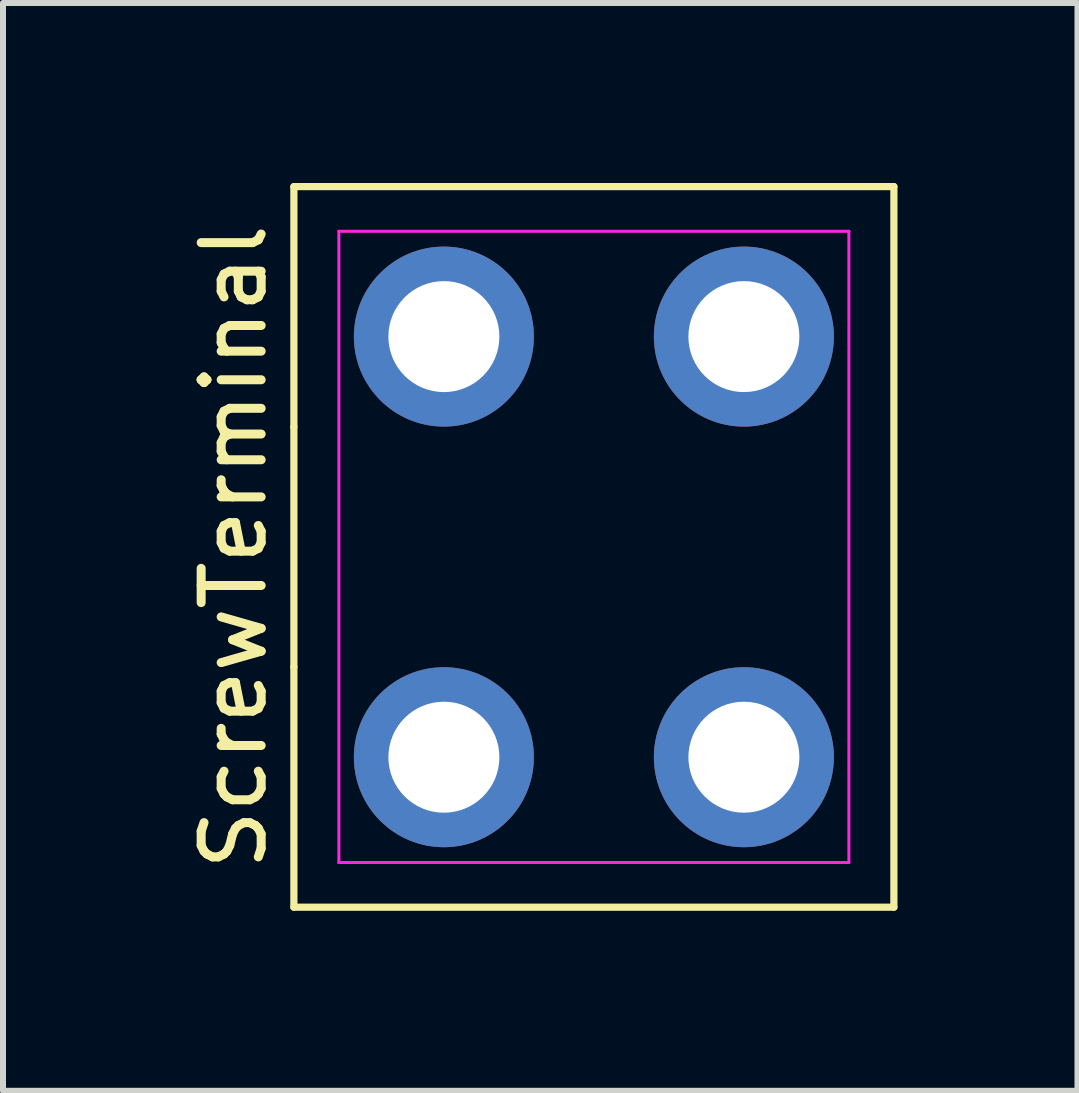
<source format=kicad_pcb>
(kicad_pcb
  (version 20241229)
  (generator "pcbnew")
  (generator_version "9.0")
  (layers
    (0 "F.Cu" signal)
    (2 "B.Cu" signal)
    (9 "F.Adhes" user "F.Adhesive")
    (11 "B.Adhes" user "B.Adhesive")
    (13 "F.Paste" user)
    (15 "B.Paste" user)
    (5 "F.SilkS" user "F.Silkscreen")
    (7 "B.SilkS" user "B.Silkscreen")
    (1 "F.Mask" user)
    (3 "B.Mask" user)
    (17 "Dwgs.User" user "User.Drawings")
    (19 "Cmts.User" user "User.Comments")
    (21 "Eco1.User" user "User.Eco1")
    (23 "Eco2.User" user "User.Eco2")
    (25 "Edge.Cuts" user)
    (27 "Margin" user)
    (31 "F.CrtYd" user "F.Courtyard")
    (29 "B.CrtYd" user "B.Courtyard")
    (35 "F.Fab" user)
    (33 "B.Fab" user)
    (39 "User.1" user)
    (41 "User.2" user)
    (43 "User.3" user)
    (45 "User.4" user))
  (footprint "ScrewTerminal"
    (layer "F.Cu")
    (at 6.848 6.065)
    (property "Reference" "ScrewTerminal" (at -6 0 90) (layer "F.SilkS") (effects (font (size 1 1) (thickness 0.15))))
    (attr through_hole)
    (fp_line (start -5 -6.005) (end -5 -2.002) (stroke (width 0.12) (type solid)) (layer "F.SilkS"))
    (fp_line (start -5 -2.002) (end -5 2.002) (stroke (width 0.12) (type solid)) (layer "F.SilkS"))
    (fp_line (start -5 2.002) (end -5 6.005) (stroke (width 0.12) (type solid)) (layer "F.SilkS"))
    (fp_line (start -5 6.005) (end 5 6.005) (stroke (width 0.12) (type solid)) (layer "F.SilkS"))
    (fp_line (start 5 -6.005) (end -5 -6.005) (stroke (width 0.12) (type solid)) (layer "F.SilkS"))
    (fp_line (start 5 6.005) (end 5 -6.005) (stroke (width 0.12) (type solid)) (layer "F.SilkS"))
    (fp_line (start -4.25 -5.26) (end 4.25 -5.26) (stroke (width 0.05) (type solid)) (layer "F.CrtYd"))
    (fp_line (start -4.25 5.26) (end -4.25 -5.26) (stroke (width 0.05) (type solid)) (layer "F.CrtYd"))
    (fp_line (start 4.25 -5.26) (end 4.25 5.26) (stroke (width 0.05) (type solid)) (layer "F.CrtYd"))
    (fp_line (start 4.25 5.26) (end -4.25 5.26) (stroke (width 0.05) (type solid)) (layer "F.CrtYd"))
    (pad "1" thru_hole circle (at -2.5 -3.505) (size 3 3) (drill 1.85) (layers "*.Cu" "*.Mask"))
    (pad "1" thru_hole circle (at -2.5 3.505) (size 3 3) (drill 1.85) (layers "*.Cu" "*.Mask"))
    (pad "1" thru_hole circle (at 2.5 -3.505) (size 3 3) (drill 1.85) (layers "*.Cu" "*.Mask"))
    (pad "1" thru_hole circle (at 2.5 3.505) (size 3 3) (drill 1.85) (layers "*.Cu" "*.Mask")))
  (gr_rect
    (start -3 -3)
    (end 14.908 15.13)
    (stroke (width 0.1) (type default))
    (fill no)
    (layer "Edge.Cuts")))
</source>
